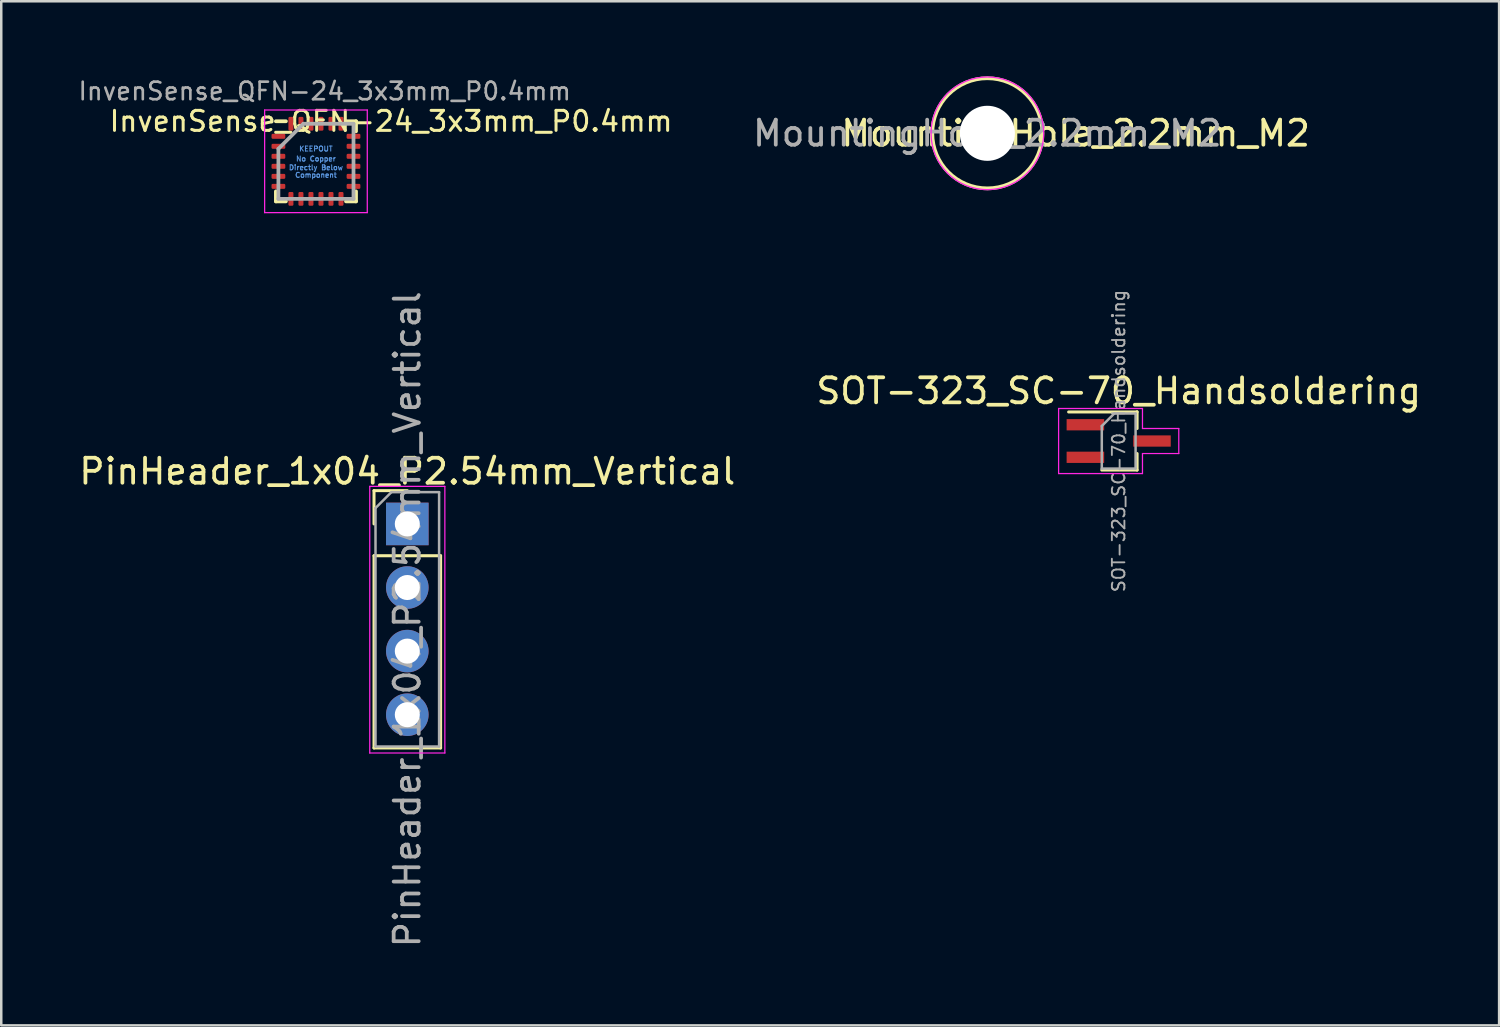
<source format=kicad_pcb>
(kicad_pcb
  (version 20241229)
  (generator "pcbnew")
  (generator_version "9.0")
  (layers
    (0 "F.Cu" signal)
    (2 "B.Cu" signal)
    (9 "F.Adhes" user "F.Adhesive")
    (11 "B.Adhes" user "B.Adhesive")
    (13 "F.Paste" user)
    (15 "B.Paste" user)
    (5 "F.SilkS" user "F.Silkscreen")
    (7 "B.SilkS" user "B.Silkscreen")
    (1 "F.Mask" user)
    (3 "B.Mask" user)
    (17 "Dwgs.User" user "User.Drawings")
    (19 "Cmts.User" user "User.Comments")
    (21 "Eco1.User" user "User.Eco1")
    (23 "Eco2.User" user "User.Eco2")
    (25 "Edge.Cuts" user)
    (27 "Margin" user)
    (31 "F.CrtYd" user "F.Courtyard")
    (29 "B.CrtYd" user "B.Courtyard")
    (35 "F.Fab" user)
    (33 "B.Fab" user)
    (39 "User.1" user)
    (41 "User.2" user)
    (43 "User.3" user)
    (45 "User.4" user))
  (footprint "PinHeader_1x04_P2.54mm_Vertical"
    (layer "F.Cu")
    (at 13.22 17.879)
    (property "Reference" "PinHeader_1x04_P2.54mm_Vertical" (at 0 -2.1 0) (layer "F.SilkS") (effects (font (size 1 1) (thickness 0.15))))
    (attr through_hole)
    (fp_line (start -1.33 -1.33) (end 0 -1.33) (stroke (width 0.12) (type solid)) (layer "F.SilkS"))
    (fp_line (start -1.33 0) (end -1.33 -1.33) (stroke (width 0.12) (type solid)) (layer "F.SilkS"))
    (fp_line (start -1.33 1.27) (end -1.33 8.95) (stroke (width 0.12) (type solid)) (layer "F.SilkS"))
    (fp_line (start -1.33 1.27) (end 1.33 1.27) (stroke (width 0.12) (type solid)) (layer "F.SilkS"))
    (fp_line (start -1.33 8.95) (end 1.33 8.95) (stroke (width 0.12) (type solid)) (layer "F.SilkS"))
    (fp_line (start 1.33 1.27) (end 1.33 8.95) (stroke (width 0.12) (type solid)) (layer "F.SilkS"))
    (fp_line (start -1.5 -1.5) (end -1.5 9.15) (stroke (width 0.05) (type solid)) (layer "F.CrtYd"))
    (fp_line (start -1.5 9.15) (end 1.5 9.15) (stroke (width 0.05) (type solid)) (layer "F.CrtYd"))
    (fp_line (start 1.5 -1.5) (end -1.5 -1.5) (stroke (width 0.05) (type solid)) (layer "F.CrtYd"))
    (fp_line (start 1.5 9.15) (end 1.5 -1.5) (stroke (width 0.05) (type solid)) (layer "F.CrtYd"))
    (fp_line (start -1.27 -0.635) (end -0.635 -1.27) (stroke (width 0.1) (type solid)) (layer "F.Fab"))
    (fp_line (start -1.27 8.89) (end -1.27 -0.635) (stroke (width 0.1) (type solid)) (layer "F.Fab"))
    (fp_line (start -0.635 -1.27) (end 1.27 -1.27) (stroke (width 0.1) (type solid)) (layer "F.Fab"))
    (fp_line (start 1.27 -1.27) (end 1.27 8.89) (stroke (width 0.1) (type solid)) (layer "F.Fab"))
    (fp_line (start 1.27 8.89) (end -1.27 8.89) (stroke (width 0.1) (type solid)) (layer "F.Fab"))
    (fp_text user "${REFERENCE}" (at 0 3.81 90) (layer "F.Fab") (effects (font (size 1 1) (thickness 0.15))))
    (pad "1" thru_hole rect (at 0 0) (size 1.7 1.7) (drill 1) (layers "*.Cu" "*.Mask"))
    (pad "2" thru_hole oval (at 0 2.54) (size 1.7 1.7) (drill 1) (layers "*.Cu" "*.Mask"))
    (pad "3" thru_hole oval (at 0 5.08) (size 1.7 1.7) (drill 1) (layers "*.Cu" "*.Mask"))
    (pad "4" thru_hole oval (at 0 7.62) (size 1.7 1.7) (drill 1) (layers "*.Cu" "*.Mask")))
  (footprint "MountingHole_2.2mm_M2"
    (layer "F.Cu")
    (at 36.391 2.275)
    (property "Reference" "MountingHole_2.2mm_M2" (at 3.525 0 0) (layer "F.SilkS") (effects (font (size 1 1) (thickness 0.15))))
    (attr exclude_from_pos_files allow_missing_courtyard)
    (fp_circle (center 0 0) (end 2.2 0) (stroke (width 0.15) (type solid)) (fill no) (layer "F.SilkS"))
    (fp_circle (center 0 0) (end 2.25 0) (stroke (width 0.05) (type solid)) (fill no) (layer "F.CrtYd"))
    (fp_text user "${REFERENCE}" (at 0 0 0) (layer "F.Fab") (effects (font (size 1 1) (thickness 0.15))))
    (pad "" np_thru_hole circle (at 0 0) (size 2.2 2.2) (drill 2.2) (layers "*.Cu" "*.Mask")))
  (footprint "InvenSense_QFN-24_3x3mm_P0.4mm"
    (layer "F.Cu")
    (at 9.571 3.394)
    (property "Reference" "InvenSense_QFN-24_3x3mm_P0.4mm" (at 3 -1.6 0) (layer "F.SilkS") (effects (font (size 0.8 0.8) (thickness 0.12))))
    (attr smd)
    (fp_line (start -1.6 -1.6) (end -1.2 -1.6) (stroke (width 0.15) (type solid)) (layer "F.SilkS"))
    (fp_line (start -1.6 1.6) (end -1.6 1.2) (stroke (width 0.15) (type solid)) (layer "F.SilkS"))
    (fp_line (start -1.6 1.6) (end -1.2 1.6) (stroke (width 0.15) (type solid)) (layer "F.SilkS"))
    (fp_line (start 1.6 -1.6) (end 1.2 -1.6) (stroke (width 0.15) (type solid)) (layer "F.SilkS"))
    (fp_line (start 1.6 -1.6) (end 1.6 -1.2) (stroke (width 0.15) (type solid)) (layer "F.SilkS"))
    (fp_line (start 1.6 1.6) (end 1.2 1.6) (stroke (width 0.15) (type solid)) (layer "F.SilkS"))
    (fp_line (start 1.6 1.6) (end 1.6 1.2) (stroke (width 0.15) (type solid)) (layer "F.SilkS"))
    (fp_line (start -2.05 -2.05) (end 2.05 -2.05) (stroke (width 0.05) (type solid)) (layer "F.CrtYd"))
    (fp_line (start -2.05 2.05) (end -2.05 -2.05) (stroke (width 0.05) (type solid)) (layer "F.CrtYd"))
    (fp_line (start 2.05 -2.05) (end 2.05 2.05) (stroke (width 0.05) (type solid)) (layer "F.CrtYd"))
    (fp_line (start 2.05 2.05) (end -2.05 2.05) (stroke (width 0.05) (type solid)) (layer "F.CrtYd"))
    (fp_line (start -1.5 -0.5) (end -0.5 -1.5) (stroke (width 0.15) (type solid)) (layer "F.Fab"))
    (fp_line (start -1.5 1.5) (end -1.5 -0.5) (stroke (width 0.15) (type solid)) (layer "F.Fab"))
    (fp_line (start -0.5 -1.5) (end 1.5 -1.5) (stroke (width 0.15) (type solid)) (layer "F.Fab"))
    (fp_line (start 1.5 -1.5) (end 1.5 1.5) (stroke (width 0.15) (type solid)) (layer "F.Fab"))
    (fp_line (start 1.5 1.5) (end -1.5 1.5) (stroke (width 0.15) (type solid)) (layer "F.Fab"))
    (fp_text user "Directly Below" (at 0 0.25 180) (layer "Cmts.User") (effects (font (size 0.2 0.2) (thickness 0.04))))
    (fp_text user "KEEPOUT" (at 0 -0.5 180) (layer "Cmts.User") (effects (font (size 0.2 0.2) (thickness 0.04))))
    (fp_text user "Component" (at 0 0.55 180) (layer "Cmts.User") (effects (font (size 0.2 0.2) (thickness 0.04))))
    (fp_text user "No Copper" (at 0 -0.1 180) (layer "Cmts.User") (effects (font (size 0.2 0.2) (thickness 0.04))))
    (fp_text user "${REFERENCE}" (at 0.35 -2.8 180) (layer "F.Fab") (effects (font (size 0.7 0.7) (thickness 0.105))))
    (pad "1" smd roundrect (at -1.5 -1) (size 0.55 0.2) (layers "F.Cu" "F.Mask" "F.Paste") (roundrect_rratio 0.25))
    (pad "2" smd roundrect (at -1.5 -0.6) (size 0.55 0.2) (layers "F.Cu" "F.Mask" "F.Paste") (roundrect_rratio 0.25))
    (pad "3" smd roundrect (at -1.5 -0.2) (size 0.55 0.2) (layers "F.Cu" "F.Mask" "F.Paste") (roundrect_rratio 0.25))
    (pad "4" smd roundrect (at -1.5 0.2) (size 0.55 0.2) (layers "F.Cu" "F.Mask" "F.Paste") (roundrect_rratio 0.25))
    (pad "5" smd roundrect (at -1.5 0.6) (size 0.55 0.2) (layers "F.Cu" "F.Mask" "F.Paste") (roundrect_rratio 0.25))
    (pad "6" smd roundrect (at -1.5 1) (size 0.55 0.2) (layers "F.Cu" "F.Mask" "F.Paste") (roundrect_rratio 0.25))
    (pad "7" smd roundrect (at -1 1.5 90) (size 0.55 0.2) (layers "F.Cu" "F.Mask" "F.Paste") (roundrect_rratio 0.25))
    (pad "8" smd roundrect (at -0.6 1.5 90) (size 0.55 0.2) (layers "F.Cu" "F.Mask" "F.Paste") (roundrect_rratio 0.25))
    (pad "9" smd roundrect (at -0.2 1.5 90) (size 0.55 0.2) (layers "F.Cu" "F.Mask" "F.Paste") (roundrect_rratio 0.25))
    (pad "10" smd roundrect (at 0.2 1.5 90) (size 0.55 0.2) (layers "F.Cu" "F.Mask" "F.Paste") (roundrect_rratio 0.25))
    (pad "11" smd roundrect (at 0.6 1.5 90) (size 0.55 0.2) (layers "F.Cu" "F.Mask" "F.Paste") (roundrect_rratio 0.25))
    (pad "12" smd roundrect (at 1 1.5 90) (size 0.55 0.2) (layers "F.Cu" "F.Mask" "F.Paste") (roundrect_rratio 0.25))
    (pad "13" smd roundrect (at 1.5 1) (size 0.55 0.2) (layers "F.Cu" "F.Mask" "F.Paste") (roundrect_rratio 0.25))
    (pad "14" smd roundrect (at 1.5 0.6) (size 0.55 0.2) (layers "F.Cu" "F.Mask" "F.Paste") (roundrect_rratio 0.25))
    (pad "15" smd roundrect (at 1.5 0.2) (size 0.55 0.2) (layers "F.Cu" "F.Mask" "F.Paste") (roundrect_rratio 0.25))
    (pad "16" smd roundrect (at 1.5 -0.2) (size 0.55 0.2) (layers "F.Cu" "F.Mask" "F.Paste") (roundrect_rratio 0.25))
    (pad "17" smd roundrect (at 1.5 -0.6) (size 0.55 0.2) (layers "F.Cu" "F.Mask" "F.Paste") (roundrect_rratio 0.25))
    (pad "18" smd roundrect (at 1.5 -1) (size 0.55 0.2) (layers "F.Cu" "F.Mask" "F.Paste") (roundrect_rratio 0.25))
    (pad "19" smd roundrect (at 1 -1.5 90) (size 0.55 0.2) (layers "F.Cu" "F.Mask" "F.Paste") (roundrect_rratio 0.25))
    (pad "20" smd roundrect (at 0.6 -1.5 90) (size 0.55 0.2) (layers "F.Cu" "F.Mask" "F.Paste") (roundrect_rratio 0.25))
    (pad "21" smd roundrect (at 0.2 -1.5 90) (size 0.55 0.2) (layers "F.Cu" "F.Mask" "F.Paste") (roundrect_rratio 0.25))
    (pad "22" smd roundrect (at -0.2 -1.5 90) (size 0.55 0.2) (layers "F.Cu" "F.Mask" "F.Paste") (roundrect_rratio 0.25))
    (pad "23" smd roundrect (at -0.6 -1.5 90) (size 0.55 0.2) (layers "F.Cu" "F.Mask" "F.Paste") (roundrect_rratio 0.25))
    (pad "24" smd roundrect (at -1 -1.5 90) (size 0.55 0.2) (layers "F.Cu" "F.Mask" "F.Paste") (roundrect_rratio 0.25))
    (zone (net_name "") (layer "F.Cu") (hatch full 0.508) (connect_pads) (min_thickness 0.254) (filled_areas_thickness no) (keepout (tracks not_allowed) (vias not_allowed) (pads not_allowed) (copperpour not_allowed) (footprints allowed)) (placement (enabled no)) (fill) (polygon (pts (xy 8.696 2.599) (xy 10.446 2.599) (xy 10.446 4.189) (xy 8.696 4.189)))))
  (footprint "SOT-323_SC-70_Handsoldering"
    (layer "F.Cu")
    (at 41.637 14.567)
    (property "Reference" "SOT-323_SC-70_Handsoldering" (at 0 -2 180) (layer "F.SilkS") (effects (font (size 1 1) (thickness 0.15))))
    (attr smd)
    (fp_line (start -0.675 1.16) (end 0.735 1.16) (stroke (width 0.12) (type solid)) (layer "F.SilkS"))
    (fp_line (start 0.735 -1.17) (end 0.735 -0.5) (stroke (width 0.12) (type solid)) (layer "F.SilkS"))
    (fp_line (start 0.735 -1.16) (end -2 -1.16) (stroke (width 0.12) (type solid)) (layer "F.SilkS"))
    (fp_line (start 0.735 0.5) (end 0.735 1.16) (stroke (width 0.12) (type solid)) (layer "F.SilkS"))
    (fp_line (start -2.4 -1.3) (end 0.95 -1.3) (stroke (width 0.05) (type default)) (layer "F.CrtYd"))
    (fp_line (start -2.4 1.3) (end -2.4 -1.3) (stroke (width 0.05) (type solid)) (layer "F.CrtYd"))
    (fp_line (start 0.95 -1.3) (end 0.95 -0.5) (stroke (width 0.05) (type default)) (layer "F.CrtYd"))
    (fp_line (start 0.95 -0.5) (end 2.4 -0.5) (stroke (width 0.05) (type default)) (layer "F.CrtYd"))
    (fp_line (start 0.95 0.5) (end 0.95 1.3) (stroke (width 0.05) (type default)) (layer "F.CrtYd"))
    (fp_line (start 0.95 0.5) (end 2.4 0.5) (stroke (width 0.05) (type default)) (layer "F.CrtYd"))
    (fp_line (start 0.95 1.3) (end -2.4 1.3) (stroke (width 0.05) (type default)) (layer "F.CrtYd"))
    (fp_line (start 2.4 -0.5) (end 2.4 0.5) (stroke (width 0.05) (type default)) (layer "F.CrtYd"))
    (fp_line (start -0.675 -0.6) (end -0.675 1.1) (stroke (width 0.1) (type solid)) (layer "F.Fab"))
    (fp_line (start -0.175 -1.1) (end -0.675 -0.6) (stroke (width 0.1) (type solid)) (layer "F.Fab"))
    (fp_line (start 0.675 -1.1) (end -0.175 -1.1) (stroke (width 0.1) (type solid)) (layer "F.Fab"))
    (fp_line (start 0.675 -1.1) (end 0.675 1.1) (stroke (width 0.1) (type solid)) (layer "F.Fab"))
    (fp_line (start 0.675 1.1) (end -0.675 1.1) (stroke (width 0.1) (type solid)) (layer "F.Fab"))
    (fp_text user "${REFERENCE}" (at 0 0 270) (layer "F.Fab") (effects (font (size 0.5 0.5) (thickness 0.075))))
    (pad "1" smd rect (at -1.33 -0.65 270) (size 0.45 1.5) (layers "F.Cu" "F.Mask" "F.Paste"))
    (pad "2" smd rect (at -1.33 0.65 270) (size 0.45 1.5) (layers "F.Cu" "F.Mask" "F.Paste"))
    (pad "3" smd rect (at 1.33 0 270) (size 0.45 1.5) (layers "F.Cu" "F.Mask" "F.Paste")))
  (gr_rect
    (start -3 -3)
    (end 56.833 37.909)
    (stroke (width 0.1) (type default))
    (fill no)
    (layer "Edge.Cuts")))
</source>
